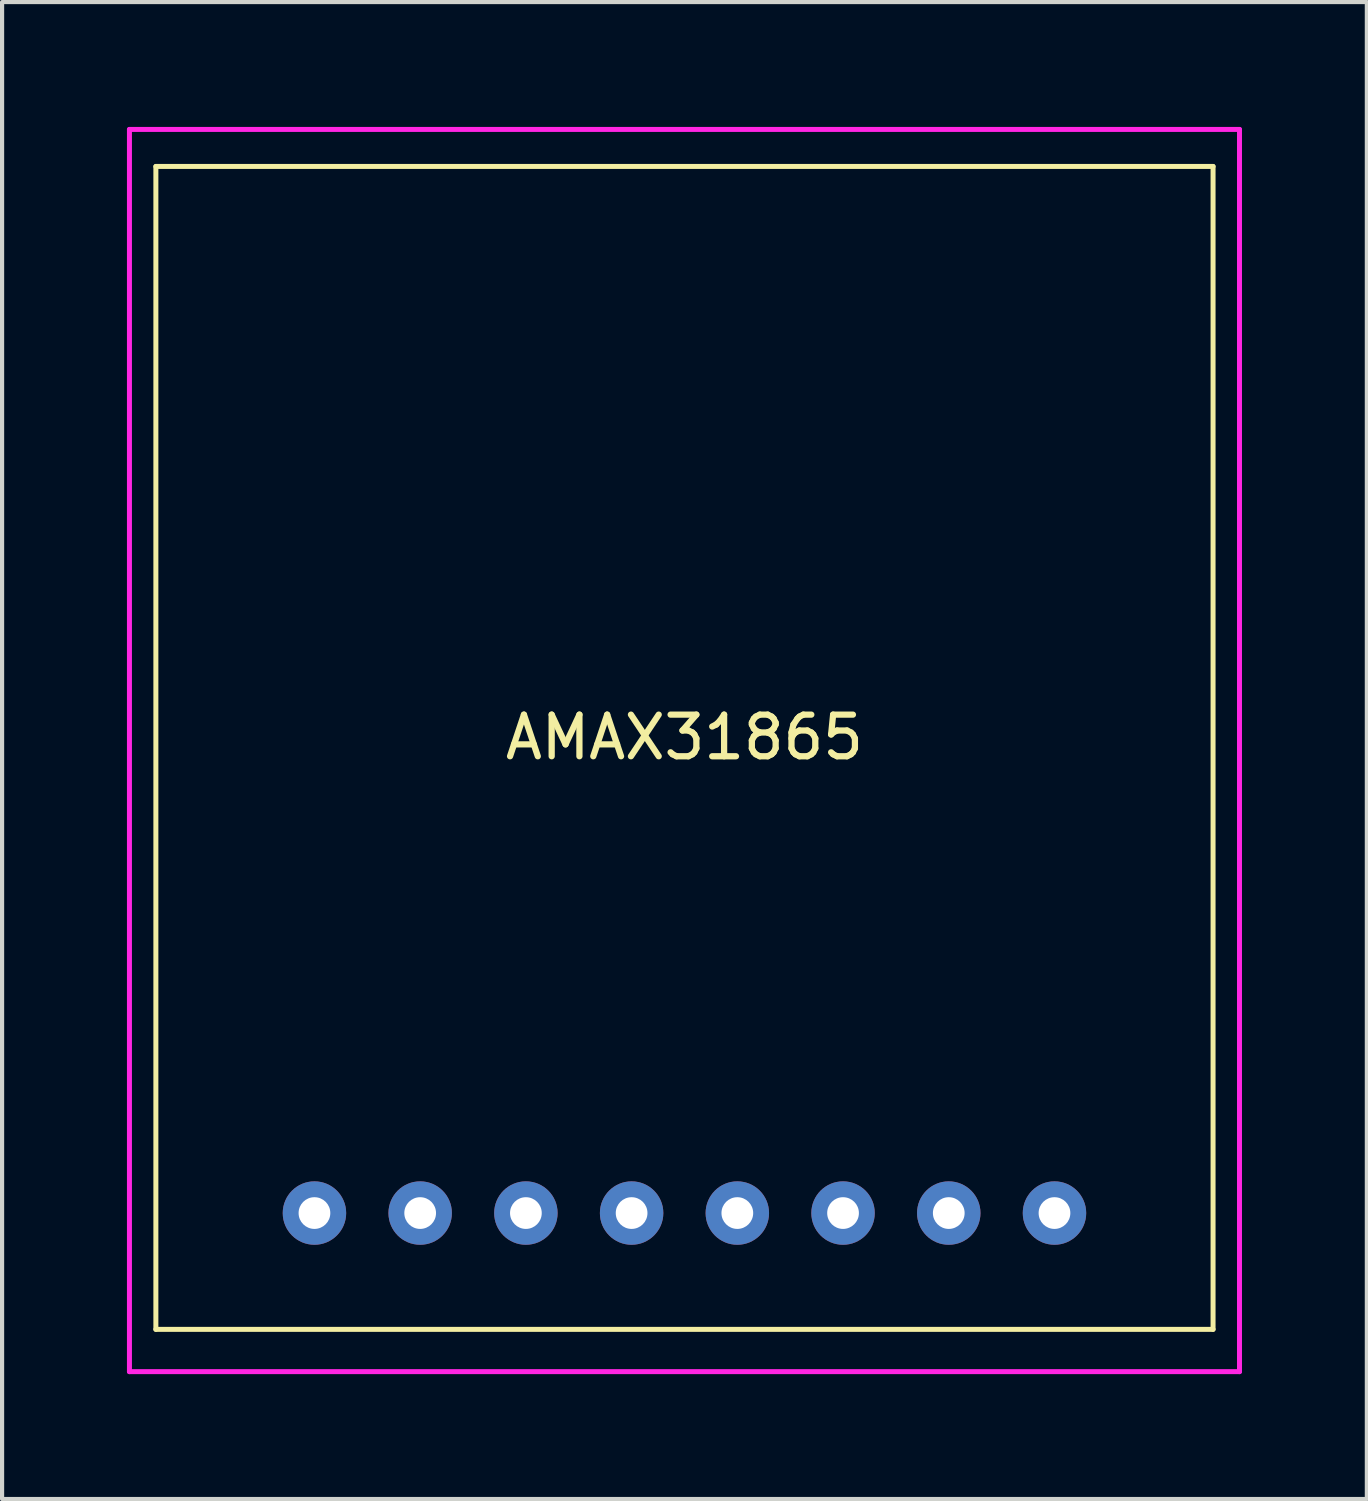
<source format=kicad_pcb>
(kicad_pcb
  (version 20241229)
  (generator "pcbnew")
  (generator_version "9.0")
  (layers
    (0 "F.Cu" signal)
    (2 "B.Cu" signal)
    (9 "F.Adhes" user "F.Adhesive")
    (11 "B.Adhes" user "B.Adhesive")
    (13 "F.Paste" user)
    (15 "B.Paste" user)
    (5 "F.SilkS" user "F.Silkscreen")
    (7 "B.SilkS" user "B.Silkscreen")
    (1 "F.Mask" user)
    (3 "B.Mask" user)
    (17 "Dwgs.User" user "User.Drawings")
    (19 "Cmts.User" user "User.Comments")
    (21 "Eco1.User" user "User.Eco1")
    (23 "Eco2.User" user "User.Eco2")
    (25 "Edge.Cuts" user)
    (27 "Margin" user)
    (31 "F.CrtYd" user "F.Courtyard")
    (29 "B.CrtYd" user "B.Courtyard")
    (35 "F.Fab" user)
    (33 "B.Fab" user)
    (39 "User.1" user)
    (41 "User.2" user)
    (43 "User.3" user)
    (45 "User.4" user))
  (footprint "AMAX31865"
    (layer "F.Cu")
    (at 4.505 26.095)
    (property "Reference" "AMAX31865" (at 8.89 -11.43 0) (layer "F.SilkS") (effects (font (size 1 1) (thickness 0.15))))
    (attr through_hole)
    (fp_line (start -3.81 -25.146) (end 21.59 -25.146) (stroke (width 0.12) (type solid)) (layer "F.SilkS"))
    (fp_line (start -3.81 2.794) (end -3.81 -25.146) (stroke (width 0.12) (type solid)) (layer "F.SilkS"))
    (fp_line (start 21.59 -25.146) (end 21.59 2.794) (stroke (width 0.12) (type solid)) (layer "F.SilkS"))
    (fp_line (start 21.59 2.794) (end -3.81 2.794) (stroke (width 0.12) (type solid)) (layer "F.SilkS"))
    (fp_line (start -4.445 -26.035) (end 22.225 -26.035) (stroke (width 0.12) (type solid)) (layer "F.CrtYd"))
    (fp_line (start -4.445 3.81) (end -4.445 -26.035) (stroke (width 0.12) (type solid)) (layer "F.CrtYd"))
    (fp_line (start 22.225 -26.035) (end 22.225 3.81) (stroke (width 0.12) (type solid)) (layer "F.CrtYd"))
    (fp_line (start 22.225 3.81) (end -4.445 3.81) (stroke (width 0.12) (type solid)) (layer "F.CrtYd"))
    (pad "1" thru_hole circle (at 0 0) (size 1.524 1.524) (drill 0.762) (layers "*.Cu" "*.Mask"))
    (pad "2" thru_hole circle (at 2.54 0) (size 1.524 1.524) (drill 0.762) (layers "*.Cu" "*.Mask"))
    (pad "3" thru_hole circle (at 5.08 0) (size 1.524 1.524) (drill 0.762) (layers "*.Cu" "*.Mask"))
    (pad "4" thru_hole circle (at 7.62 0) (size 1.524 1.524) (drill 0.762) (layers "*.Cu" "*.Mask"))
    (pad "5" thru_hole circle (at 10.16 0) (size 1.524 1.524) (drill 0.762) (layers "*.Cu" "*.Mask"))
    (pad "6" thru_hole circle (at 12.7 0) (size 1.524 1.524) (drill 0.762) (layers "*.Cu" "*.Mask"))
    (pad "7" thru_hole circle (at 15.24 0) (size 1.524 1.524) (drill 0.762) (layers "*.Cu" "*.Mask"))
    (pad "8" thru_hole circle (at 17.78 0) (size 1.524 1.524) (drill 0.762) (layers "*.Cu" "*.Mask")))
  (gr_rect
    (start -3 -3)
    (end 29.79 32.965)
    (stroke (width 0.1) (type default))
    (fill no)
    (layer "Edge.Cuts")))
</source>
